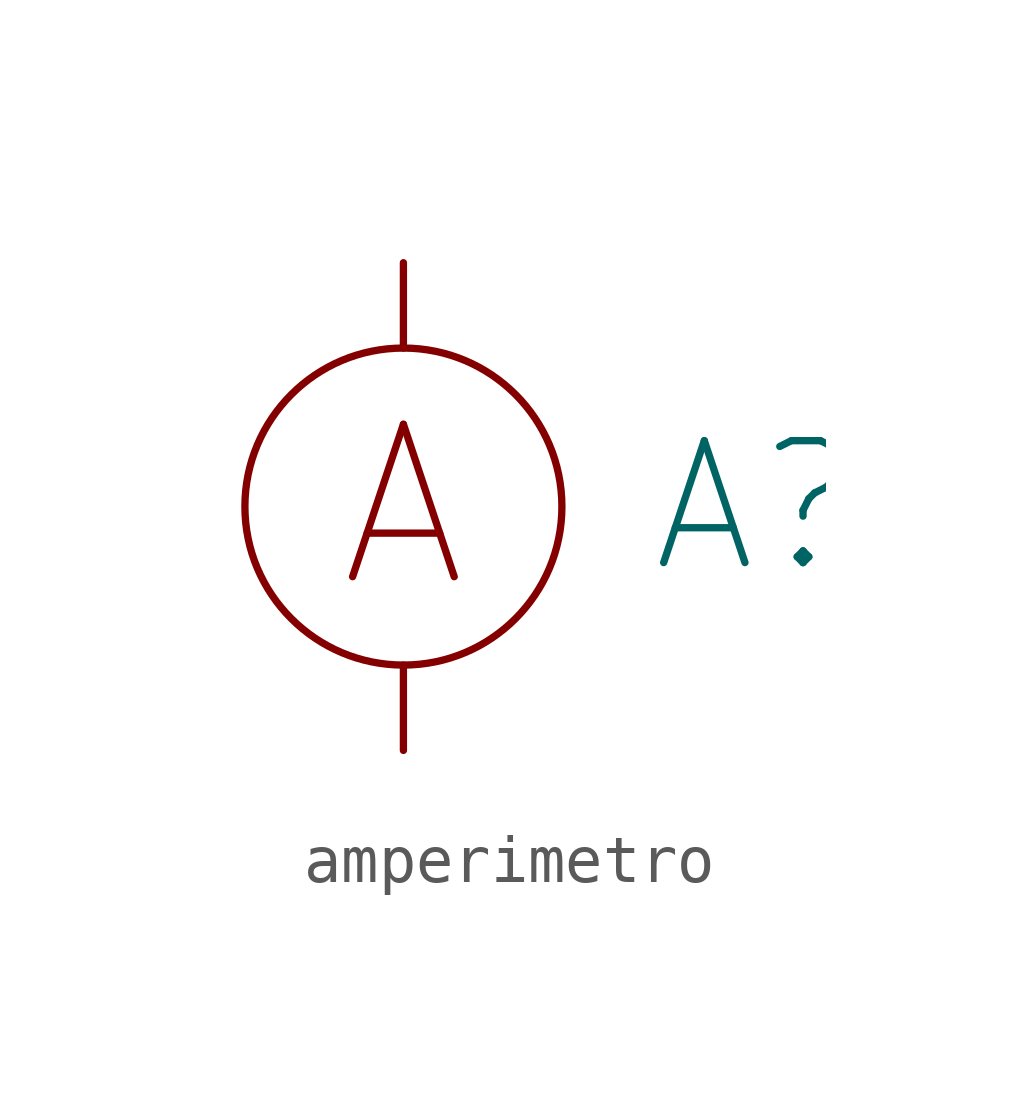
<source format=kicad_sym>
(kicad_symbol_lib
  (version 20211014)
  (generator kicad_symbol_editor)
  (symbol "amperimetro"
    (pin_names
      (offset 1.016))
    (property "Reference" "A"
      (at 5.08 -5.08 0)
      (effects (font (size 2.54 2.54)) (justify left)))
    (symbol "amperimetro_0_0"
      (text "A" (at 0 -5.08 0) (effects (font (size 3.175 3.175)))))
    (symbol "amperimetro_0_1"
      (circle (center 0 -5.08) (radius 3.302) (stroke (width 0) (type default) (color 0 0 0 0)) (fill (type none))))
    (symbol "amperimetro_1_1"
      (pin input line (at 0 -10.16 90) (length 1.778) (name "~" (effects (font (size 1.27 1.27)))) (number "~" (effects (font (size 1.143 1.143)))))
      (pin input line (at 0 0 270) (length 1.778) (name "~" (effects (font (size 1.27 1.27)))) (number "~" (effects (font (size 1.143 1.143))))))))
</source>
